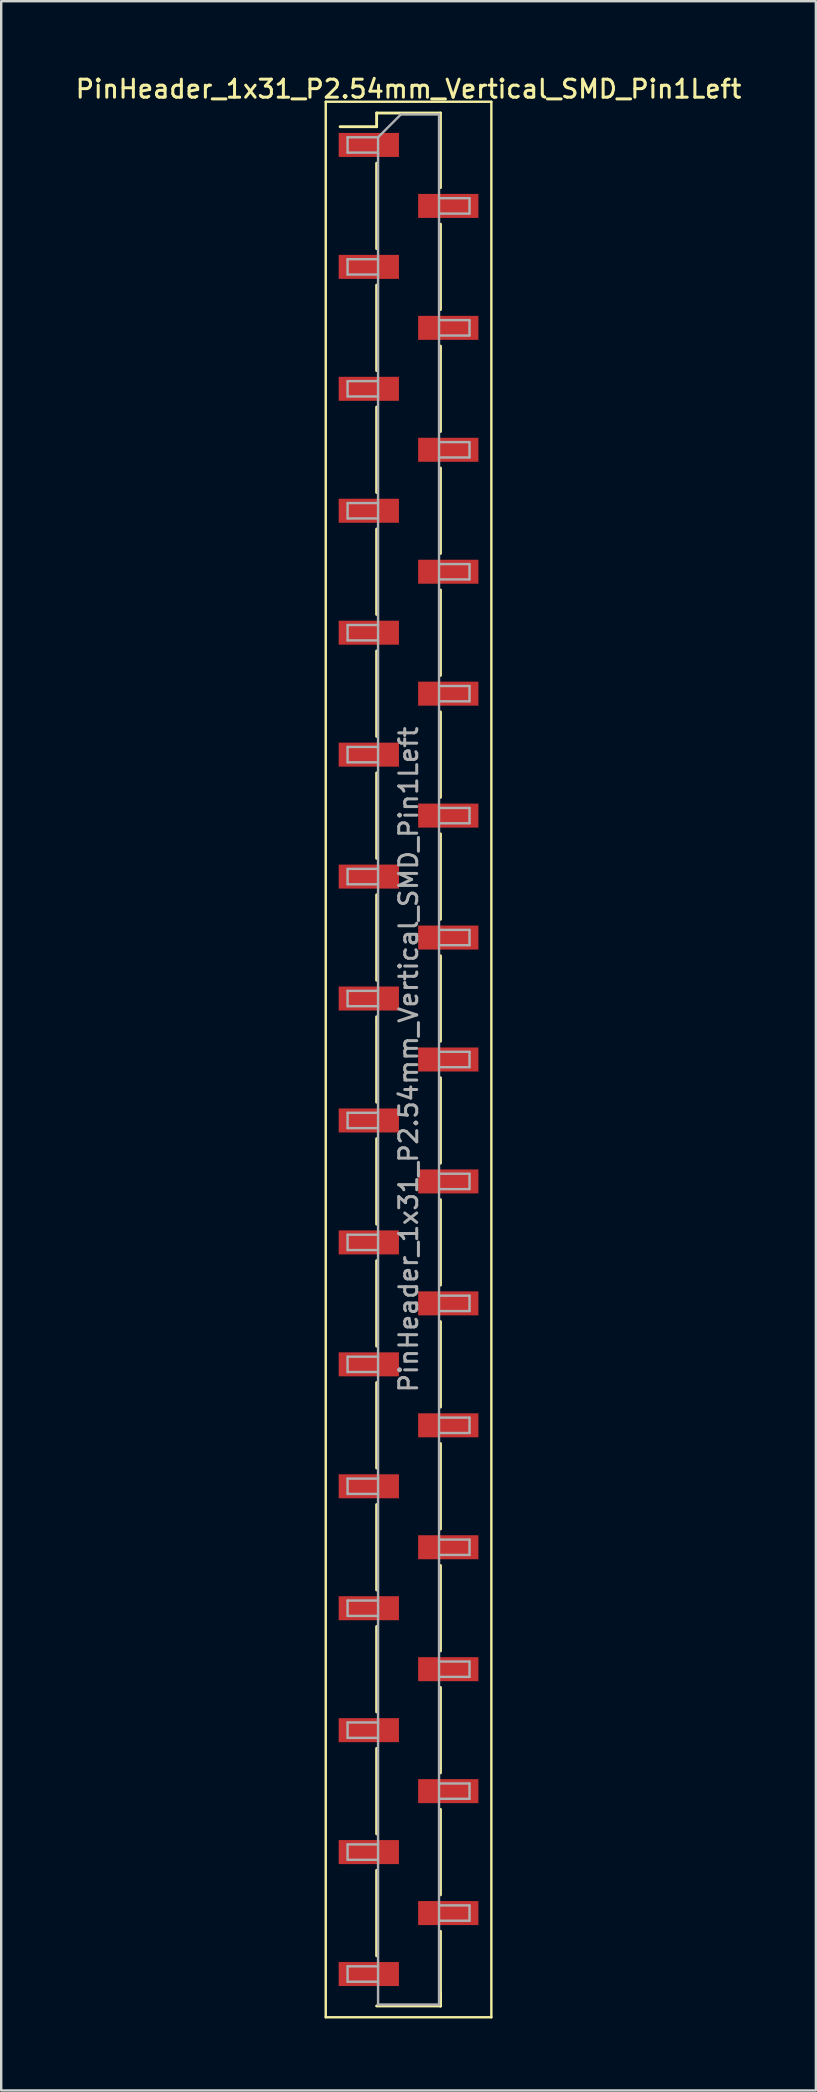
<source format=kicad_pcb>
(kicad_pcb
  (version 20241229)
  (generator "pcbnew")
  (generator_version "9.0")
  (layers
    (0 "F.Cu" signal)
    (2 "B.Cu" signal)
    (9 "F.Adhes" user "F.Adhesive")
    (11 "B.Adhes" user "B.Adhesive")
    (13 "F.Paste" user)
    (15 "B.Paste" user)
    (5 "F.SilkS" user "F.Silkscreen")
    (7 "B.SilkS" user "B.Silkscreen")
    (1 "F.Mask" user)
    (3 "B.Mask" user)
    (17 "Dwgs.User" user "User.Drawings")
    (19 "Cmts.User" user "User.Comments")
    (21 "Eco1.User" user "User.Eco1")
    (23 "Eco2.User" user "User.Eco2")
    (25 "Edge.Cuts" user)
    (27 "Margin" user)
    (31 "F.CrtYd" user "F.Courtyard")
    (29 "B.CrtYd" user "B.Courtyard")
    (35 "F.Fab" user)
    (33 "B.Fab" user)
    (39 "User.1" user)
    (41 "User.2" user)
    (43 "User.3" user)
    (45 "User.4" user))
  (footprint "PinHeader_1x31_P2.54mm_Vertical_SMD_Pin1Left"
    (layer "F.Cu")
    (at 13.97 41.088)
    (property "Reference" "PinHeader_1x31_P2.54mm_Vertical_SMD_Pin1Left" (at 0 -40.43 0) (layer "F.SilkS") (effects (font (size 0.75 0.75) (thickness 0.125))))
    (attr smd)
    (fp_line (start -3.45 -39.9) (end -3.45 39.9) (stroke (width 0.1) (type solid)) (layer "F.SilkS"))
    (fp_line (start -3.45 39.9) (end 3.45 39.9) (stroke (width 0.1) (type solid)) (layer "F.SilkS"))
    (fp_line (start -1.33 -39.43) (end -1.33 -38.86) (stroke (width 0.12) (type solid)) (layer "F.SilkS"))
    (fp_line (start -1.33 -39.43) (end 1.33 -39.43) (stroke (width 0.12) (type solid)) (layer "F.SilkS"))
    (fp_line (start -1.33 -38.86) (end -2.85 -38.86) (stroke (width 0.12) (type solid)) (layer "F.SilkS"))
    (fp_line (start -1.33 -37.34) (end -1.33 -33.78) (stroke (width 0.12) (type solid)) (layer "F.SilkS"))
    (fp_line (start -1.33 -32.26) (end -1.33 -28.7) (stroke (width 0.12) (type solid)) (layer "F.SilkS"))
    (fp_line (start -1.33 -27.18) (end -1.33 -23.62) (stroke (width 0.12) (type solid)) (layer "F.SilkS"))
    (fp_line (start -1.33 -22.1) (end -1.33 -18.54) (stroke (width 0.12) (type solid)) (layer "F.SilkS"))
    (fp_line (start -1.33 -17.02) (end -1.33 -13.46) (stroke (width 0.12) (type solid)) (layer "F.SilkS"))
    (fp_line (start -1.33 -11.94) (end -1.33 -8.38) (stroke (width 0.12) (type solid)) (layer "F.SilkS"))
    (fp_line (start -1.33 -6.86) (end -1.33 -3.3) (stroke (width 0.12) (type solid)) (layer "F.SilkS"))
    (fp_line (start -1.33 -1.78) (end -1.33 1.78) (stroke (width 0.12) (type solid)) (layer "F.SilkS"))
    (fp_line (start -1.33 3.3) (end -1.33 6.86) (stroke (width 0.12) (type solid)) (layer "F.SilkS"))
    (fp_line (start -1.33 8.38) (end -1.33 11.94) (stroke (width 0.12) (type solid)) (layer "F.SilkS"))
    (fp_line (start -1.33 13.46) (end -1.33 17.02) (stroke (width 0.12) (type solid)) (layer "F.SilkS"))
    (fp_line (start -1.33 18.54) (end -1.33 22.1) (stroke (width 0.12) (type solid)) (layer "F.SilkS"))
    (fp_line (start -1.33 23.62) (end -1.33 27.18) (stroke (width 0.12) (type solid)) (layer "F.SilkS"))
    (fp_line (start -1.33 28.7) (end -1.33 32.26) (stroke (width 0.12) (type solid)) (layer "F.SilkS"))
    (fp_line (start -1.33 33.78) (end -1.33 37.34) (stroke (width 0.12) (type solid)) (layer "F.SilkS"))
    (fp_line (start -1.33 39.43) (end 1.33 39.43) (stroke (width 0.12) (type solid)) (layer "F.SilkS"))
    (fp_line (start 1.33 -39.43) (end 1.33 -36.32) (stroke (width 0.12) (type solid)) (layer "F.SilkS"))
    (fp_line (start 1.33 -34.8) (end 1.33 -31.24) (stroke (width 0.12) (type solid)) (layer "F.SilkS"))
    (fp_line (start 1.33 -29.72) (end 1.33 -26.16) (stroke (width 0.12) (type solid)) (layer "F.SilkS"))
    (fp_line (start 1.33 -24.64) (end 1.33 -21.08) (stroke (width 0.12) (type solid)) (layer "F.SilkS"))
    (fp_line (start 1.33 -19.56) (end 1.33 -16) (stroke (width 0.12) (type solid)) (layer "F.SilkS"))
    (fp_line (start 1.33 -14.48) (end 1.33 -10.92) (stroke (width 0.12) (type solid)) (layer "F.SilkS"))
    (fp_line (start 1.33 -9.4) (end 1.33 -5.84) (stroke (width 0.12) (type solid)) (layer "F.SilkS"))
    (fp_line (start 1.33 -4.32) (end 1.33 -0.76) (stroke (width 0.12) (type solid)) (layer "F.SilkS"))
    (fp_line (start 1.33 0.76) (end 1.33 4.32) (stroke (width 0.12) (type solid)) (layer "F.SilkS"))
    (fp_line (start 1.33 5.84) (end 1.33 9.4) (stroke (width 0.12) (type solid)) (layer "F.SilkS"))
    (fp_line (start 1.33 10.92) (end 1.33 14.48) (stroke (width 0.12) (type solid)) (layer "F.SilkS"))
    (fp_line (start 1.33 16) (end 1.33 19.56) (stroke (width 0.12) (type solid)) (layer "F.SilkS"))
    (fp_line (start 1.33 21.08) (end 1.33 24.64) (stroke (width 0.12) (type solid)) (layer "F.SilkS"))
    (fp_line (start 1.33 26.16) (end 1.33 29.72) (stroke (width 0.12) (type solid)) (layer "F.SilkS"))
    (fp_line (start 1.33 31.24) (end 1.33 34.8) (stroke (width 0.12) (type solid)) (layer "F.SilkS"))
    (fp_line (start 1.33 36.32) (end 1.33 39.43) (stroke (width 0.12) (type solid)) (layer "F.SilkS"))
    (fp_line (start 1.33 38.86) (end 1.33 39.43) (stroke (width 0.12) (type solid)) (layer "F.SilkS"))
    (fp_line (start 3.45 -39.9) (end -3.45 -39.9) (stroke (width 0.1) (type solid)) (layer "F.SilkS"))
    (fp_line (start 3.45 39.9) (end 3.45 -39.9) (stroke (width 0.1) (type solid)) (layer "F.SilkS"))
    (fp_line (start -2.54 -38.42) (end -2.54 -37.78) (stroke (width 0.1) (type solid)) (layer "F.Fab"))
    (fp_line (start -2.54 -37.78) (end -1.27 -37.78) (stroke (width 0.1) (type solid)) (layer "F.Fab"))
    (fp_line (start -2.54 -33.34) (end -2.54 -32.7) (stroke (width 0.1) (type solid)) (layer "F.Fab"))
    (fp_line (start -2.54 -32.7) (end -1.27 -32.7) (stroke (width 0.1) (type solid)) (layer "F.Fab"))
    (fp_line (start -2.54 -28.26) (end -2.54 -27.62) (stroke (width 0.1) (type solid)) (layer "F.Fab"))
    (fp_line (start -2.54 -27.62) (end -1.27 -27.62) (stroke (width 0.1) (type solid)) (layer "F.Fab"))
    (fp_line (start -2.54 -23.18) (end -2.54 -22.54) (stroke (width 0.1) (type solid)) (layer "F.Fab"))
    (fp_line (start -2.54 -22.54) (end -1.27 -22.54) (stroke (width 0.1) (type solid)) (layer "F.Fab"))
    (fp_line (start -2.54 -18.1) (end -2.54 -17.46) (stroke (width 0.1) (type solid)) (layer "F.Fab"))
    (fp_line (start -2.54 -17.46) (end -1.27 -17.46) (stroke (width 0.1) (type solid)) (layer "F.Fab"))
    (fp_line (start -2.54 -13.02) (end -2.54 -12.38) (stroke (width 0.1) (type solid)) (layer "F.Fab"))
    (fp_line (start -2.54 -12.38) (end -1.27 -12.38) (stroke (width 0.1) (type solid)) (layer "F.Fab"))
    (fp_line (start -2.54 -7.94) (end -2.54 -7.3) (stroke (width 0.1) (type solid)) (layer "F.Fab"))
    (fp_line (start -2.54 -7.3) (end -1.27 -7.3) (stroke (width 0.1) (type solid)) (layer "F.Fab"))
    (fp_line (start -2.54 -2.86) (end -2.54 -2.22) (stroke (width 0.1) (type solid)) (layer "F.Fab"))
    (fp_line (start -2.54 -2.22) (end -1.27 -2.22) (stroke (width 0.1) (type solid)) (layer "F.Fab"))
    (fp_line (start -2.54 2.22) (end -2.54 2.86) (stroke (width 0.1) (type solid)) (layer "F.Fab"))
    (fp_line (start -2.54 2.86) (end -1.27 2.86) (stroke (width 0.1) (type solid)) (layer "F.Fab"))
    (fp_line (start -2.54 7.3) (end -2.54 7.94) (stroke (width 0.1) (type solid)) (layer "F.Fab"))
    (fp_line (start -2.54 7.94) (end -1.27 7.94) (stroke (width 0.1) (type solid)) (layer "F.Fab"))
    (fp_line (start -2.54 12.38) (end -2.54 13.02) (stroke (width 0.1) (type solid)) (layer "F.Fab"))
    (fp_line (start -2.54 13.02) (end -1.27 13.02) (stroke (width 0.1) (type solid)) (layer "F.Fab"))
    (fp_line (start -2.54 17.46) (end -2.54 18.1) (stroke (width 0.1) (type solid)) (layer "F.Fab"))
    (fp_line (start -2.54 18.1) (end -1.27 18.1) (stroke (width 0.1) (type solid)) (layer "F.Fab"))
    (fp_line (start -2.54 22.54) (end -2.54 23.18) (stroke (width 0.1) (type solid)) (layer "F.Fab"))
    (fp_line (start -2.54 23.18) (end -1.27 23.18) (stroke (width 0.1) (type solid)) (layer "F.Fab"))
    (fp_line (start -2.54 27.62) (end -2.54 28.26) (stroke (width 0.1) (type solid)) (layer "F.Fab"))
    (fp_line (start -2.54 28.26) (end -1.27 28.26) (stroke (width 0.1) (type solid)) (layer "F.Fab"))
    (fp_line (start -2.54 32.7) (end -2.54 33.34) (stroke (width 0.1) (type solid)) (layer "F.Fab"))
    (fp_line (start -2.54 33.34) (end -1.27 33.34) (stroke (width 0.1) (type solid)) (layer "F.Fab"))
    (fp_line (start -2.54 37.78) (end -2.54 38.42) (stroke (width 0.1) (type solid)) (layer "F.Fab"))
    (fp_line (start -2.54 38.42) (end -1.27 38.42) (stroke (width 0.1) (type solid)) (layer "F.Fab"))
    (fp_line (start -1.27 -38.42) (end -2.54 -38.42) (stroke (width 0.1) (type solid)) (layer "F.Fab"))
    (fp_line (start -1.27 -38.42) (end -0.32 -39.37) (stroke (width 0.1) (type solid)) (layer "F.Fab"))
    (fp_line (start -1.27 -33.34) (end -2.54 -33.34) (stroke (width 0.1) (type solid)) (layer "F.Fab"))
    (fp_line (start -1.27 -28.26) (end -2.54 -28.26) (stroke (width 0.1) (type solid)) (layer "F.Fab"))
    (fp_line (start -1.27 -23.18) (end -2.54 -23.18) (stroke (width 0.1) (type solid)) (layer "F.Fab"))
    (fp_line (start -1.27 -18.1) (end -2.54 -18.1) (stroke (width 0.1) (type solid)) (layer "F.Fab"))
    (fp_line (start -1.27 -13.02) (end -2.54 -13.02) (stroke (width 0.1) (type solid)) (layer "F.Fab"))
    (fp_line (start -1.27 -7.94) (end -2.54 -7.94) (stroke (width 0.1) (type solid)) (layer "F.Fab"))
    (fp_line (start -1.27 -2.86) (end -2.54 -2.86) (stroke (width 0.1) (type solid)) (layer "F.Fab"))
    (fp_line (start -1.27 2.22) (end -2.54 2.22) (stroke (width 0.1) (type solid)) (layer "F.Fab"))
    (fp_line (start -1.27 7.3) (end -2.54 7.3) (stroke (width 0.1) (type solid)) (layer "F.Fab"))
    (fp_line (start -1.27 12.38) (end -2.54 12.38) (stroke (width 0.1) (type solid)) (layer "F.Fab"))
    (fp_line (start -1.27 17.46) (end -2.54 17.46) (stroke (width 0.1) (type solid)) (layer "F.Fab"))
    (fp_line (start -1.27 22.54) (end -2.54 22.54) (stroke (width 0.1) (type solid)) (layer "F.Fab"))
    (fp_line (start -1.27 27.62) (end -2.54 27.62) (stroke (width 0.1) (type solid)) (layer "F.Fab"))
    (fp_line (start -1.27 32.7) (end -2.54 32.7) (stroke (width 0.1) (type solid)) (layer "F.Fab"))
    (fp_line (start -1.27 37.78) (end -2.54 37.78) (stroke (width 0.1) (type solid)) (layer "F.Fab"))
    (fp_line (start -1.27 39.37) (end -1.27 -38.42) (stroke (width 0.1) (type solid)) (layer "F.Fab"))
    (fp_line (start -0.32 -39.37) (end 1.27 -39.37) (stroke (width 0.1) (type solid)) (layer "F.Fab"))
    (fp_line (start 1.27 -39.37) (end 1.27 39.37) (stroke (width 0.1) (type solid)) (layer "F.Fab"))
    (fp_line (start 1.27 -35.88) (end 2.54 -35.88) (stroke (width 0.1) (type solid)) (layer "F.Fab"))
    (fp_line (start 1.27 -30.8) (end 2.54 -30.8) (stroke (width 0.1) (type solid)) (layer "F.Fab"))
    (fp_line (start 1.27 -25.72) (end 2.54 -25.72) (stroke (width 0.1) (type solid)) (layer "F.Fab"))
    (fp_line (start 1.27 -20.64) (end 2.54 -20.64) (stroke (width 0.1) (type solid)) (layer "F.Fab"))
    (fp_line (start 1.27 -15.56) (end 2.54 -15.56) (stroke (width 0.1) (type solid)) (layer "F.Fab"))
    (fp_line (start 1.27 -10.48) (end 2.54 -10.48) (stroke (width 0.1) (type solid)) (layer "F.Fab"))
    (fp_line (start 1.27 -5.4) (end 2.54 -5.4) (stroke (width 0.1) (type solid)) (layer "F.Fab"))
    (fp_line (start 1.27 -0.32) (end 2.54 -0.32) (stroke (width 0.1) (type solid)) (layer "F.Fab"))
    (fp_line (start 1.27 4.76) (end 2.54 4.76) (stroke (width 0.1) (type solid)) (layer "F.Fab"))
    (fp_line (start 1.27 9.84) (end 2.54 9.84) (stroke (width 0.1) (type solid)) (layer "F.Fab"))
    (fp_line (start 1.27 14.92) (end 2.54 14.92) (stroke (width 0.1) (type solid)) (layer "F.Fab"))
    (fp_line (start 1.27 20) (end 2.54 20) (stroke (width 0.1) (type solid)) (layer "F.Fab"))
    (fp_line (start 1.27 25.08) (end 2.54 25.08) (stroke (width 0.1) (type solid)) (layer "F.Fab"))
    (fp_line (start 1.27 30.16) (end 2.54 30.16) (stroke (width 0.1) (type solid)) (layer "F.Fab"))
    (fp_line (start 1.27 35.24) (end 2.54 35.24) (stroke (width 0.1) (type solid)) (layer "F.Fab"))
    (fp_line (start 1.27 39.37) (end -1.27 39.37) (stroke (width 0.1) (type solid)) (layer "F.Fab"))
    (fp_line (start 2.54 -35.88) (end 2.54 -35.24) (stroke (width 0.1) (type solid)) (layer "F.Fab"))
    (fp_line (start 2.54 -35.24) (end 1.27 -35.24) (stroke (width 0.1) (type solid)) (layer "F.Fab"))
    (fp_line (start 2.54 -30.8) (end 2.54 -30.16) (stroke (width 0.1) (type solid)) (layer "F.Fab"))
    (fp_line (start 2.54 -30.16) (end 1.27 -30.16) (stroke (width 0.1) (type solid)) (layer "F.Fab"))
    (fp_line (start 2.54 -25.72) (end 2.54 -25.08) (stroke (width 0.1) (type solid)) (layer "F.Fab"))
    (fp_line (start 2.54 -25.08) (end 1.27 -25.08) (stroke (width 0.1) (type solid)) (layer "F.Fab"))
    (fp_line (start 2.54 -20.64) (end 2.54 -20) (stroke (width 0.1) (type solid)) (layer "F.Fab"))
    (fp_line (start 2.54 -20) (end 1.27 -20) (stroke (width 0.1) (type solid)) (layer "F.Fab"))
    (fp_line (start 2.54 -15.56) (end 2.54 -14.92) (stroke (width 0.1) (type solid)) (layer "F.Fab"))
    (fp_line (start 2.54 -14.92) (end 1.27 -14.92) (stroke (width 0.1) (type solid)) (layer "F.Fab"))
    (fp_line (start 2.54 -10.48) (end 2.54 -9.84) (stroke (width 0.1) (type solid)) (layer "F.Fab"))
    (fp_line (start 2.54 -9.84) (end 1.27 -9.84) (stroke (width 0.1) (type solid)) (layer "F.Fab"))
    (fp_line (start 2.54 -5.4) (end 2.54 -4.76) (stroke (width 0.1) (type solid)) (layer "F.Fab"))
    (fp_line (start 2.54 -4.76) (end 1.27 -4.76) (stroke (width 0.1) (type solid)) (layer "F.Fab"))
    (fp_line (start 2.54 -0.32) (end 2.54 0.32) (stroke (width 0.1) (type solid)) (layer "F.Fab"))
    (fp_line (start 2.54 0.32) (end 1.27 0.32) (stroke (width 0.1) (type solid)) (layer "F.Fab"))
    (fp_line (start 2.54 4.76) (end 2.54 5.4) (stroke (width 0.1) (type solid)) (layer "F.Fab"))
    (fp_line (start 2.54 5.4) (end 1.27 5.4) (stroke (width 0.1) (type solid)) (layer "F.Fab"))
    (fp_line (start 2.54 9.84) (end 2.54 10.48) (stroke (width 0.1) (type solid)) (layer "F.Fab"))
    (fp_line (start 2.54 10.48) (end 1.27 10.48) (stroke (width 0.1) (type solid)) (layer "F.Fab"))
    (fp_line (start 2.54 14.92) (end 2.54 15.56) (stroke (width 0.1) (type solid)) (layer "F.Fab"))
    (fp_line (start 2.54 15.56) (end 1.27 15.56) (stroke (width 0.1) (type solid)) (layer "F.Fab"))
    (fp_line (start 2.54 20) (end 2.54 20.64) (stroke (width 0.1) (type solid)) (layer "F.Fab"))
    (fp_line (start 2.54 20.64) (end 1.27 20.64) (stroke (width 0.1) (type solid)) (layer "F.Fab"))
    (fp_line (start 2.54 25.08) (end 2.54 25.72) (stroke (width 0.1) (type solid)) (layer "F.Fab"))
    (fp_line (start 2.54 25.72) (end 1.27 25.72) (stroke (width 0.1) (type solid)) (layer "F.Fab"))
    (fp_line (start 2.54 30.16) (end 2.54 30.8) (stroke (width 0.1) (type solid)) (layer "F.Fab"))
    (fp_line (start 2.54 30.8) (end 1.27 30.8) (stroke (width 0.1) (type solid)) (layer "F.Fab"))
    (fp_line (start 2.54 35.24) (end 2.54 35.88) (stroke (width 0.1) (type solid)) (layer "F.Fab"))
    (fp_line (start 2.54 35.88) (end 1.27 35.88) (stroke (width 0.1) (type solid)) (layer "F.Fab"))
    (fp_text user "${REFERENCE}" (at 0 0 90) (layer "F.Fab") (effects (font (size 0.75 0.75) (thickness 0.125))))
    (pad "1" smd rect (at -1.655 -38.1) (size 2.51 1) (layers "F.Cu" "F.Mask" "F.Paste"))
    (pad "2" smd rect (at 1.655 -35.56) (size 2.51 1) (layers "F.Cu" "F.Mask" "F.Paste"))
    (pad "3" smd rect (at -1.655 -33.02) (size 2.51 1) (layers "F.Cu" "F.Mask" "F.Paste"))
    (pad "4" smd rect (at 1.655 -30.48) (size 2.51 1) (layers "F.Cu" "F.Mask" "F.Paste"))
    (pad "5" smd rect (at -1.655 -27.94) (size 2.51 1) (layers "F.Cu" "F.Mask" "F.Paste"))
    (pad "6" smd rect (at 1.655 -25.4) (size 2.51 1) (layers "F.Cu" "F.Mask" "F.Paste"))
    (pad "7" smd rect (at -1.655 -22.86) (size 2.51 1) (layers "F.Cu" "F.Mask" "F.Paste"))
    (pad "8" smd rect (at 1.655 -20.32) (size 2.51 1) (layers "F.Cu" "F.Mask" "F.Paste"))
    (pad "9" smd rect (at -1.655 -17.78) (size 2.51 1) (layers "F.Cu" "F.Mask" "F.Paste"))
    (pad "10" smd rect (at 1.655 -15.24) (size 2.51 1) (layers "F.Cu" "F.Mask" "F.Paste"))
    (pad "11" smd rect (at -1.655 -12.7) (size 2.51 1) (layers "F.Cu" "F.Mask" "F.Paste"))
    (pad "12" smd rect (at 1.655 -10.16) (size 2.51 1) (layers "F.Cu" "F.Mask" "F.Paste"))
    (pad "13" smd rect (at -1.655 -7.62) (size 2.51 1) (layers "F.Cu" "F.Mask" "F.Paste"))
    (pad "14" smd rect (at 1.655 -5.08) (size 2.51 1) (layers "F.Cu" "F.Mask" "F.Paste"))
    (pad "15" smd rect (at -1.655 -2.54) (size 2.51 1) (layers "F.Cu" "F.Mask" "F.Paste"))
    (pad "16" smd rect (at 1.655 0) (size 2.51 1) (layers "F.Cu" "F.Mask" "F.Paste"))
    (pad "17" smd rect (at -1.655 2.54) (size 2.51 1) (layers "F.Cu" "F.Mask" "F.Paste"))
    (pad "18" smd rect (at 1.655 5.08) (size 2.51 1) (layers "F.Cu" "F.Mask" "F.Paste"))
    (pad "19" smd rect (at -1.655 7.62) (size 2.51 1) (layers "F.Cu" "F.Mask" "F.Paste"))
    (pad "20" smd rect (at 1.655 10.16) (size 2.51 1) (layers "F.Cu" "F.Mask" "F.Paste"))
    (pad "21" smd rect (at -1.655 12.7) (size 2.51 1) (layers "F.Cu" "F.Mask" "F.Paste"))
    (pad "22" smd rect (at 1.655 15.24) (size 2.51 1) (layers "F.Cu" "F.Mask" "F.Paste"))
    (pad "23" smd rect (at -1.655 17.78) (size 2.51 1) (layers "F.Cu" "F.Mask" "F.Paste"))
    (pad "24" smd rect (at 1.655 20.32) (size 2.51 1) (layers "F.Cu" "F.Mask" "F.Paste"))
    (pad "25" smd rect (at -1.655 22.86) (size 2.51 1) (layers "F.Cu" "F.Mask" "F.Paste"))
    (pad "26" smd rect (at 1.655 25.4) (size 2.51 1) (layers "F.Cu" "F.Mask" "F.Paste"))
    (pad "27" smd rect (at -1.655 27.94) (size 2.51 1) (layers "F.Cu" "F.Mask" "F.Paste"))
    (pad "28" smd rect (at 1.655 30.48) (size 2.51 1) (layers "F.Cu" "F.Mask" "F.Paste"))
    (pad "29" smd rect (at -1.655 33.02) (size 2.51 1) (layers "F.Cu" "F.Mask" "F.Paste"))
    (pad "30" smd rect (at 1.655 35.56) (size 2.51 1) (layers "F.Cu" "F.Mask" "F.Paste"))
    (pad "31" smd rect (at -1.655 38.1) (size 2.51 1) (layers "F.Cu" "F.Mask" "F.Paste")))
  (gr_rect
    (start -3 -3)
    (end 30.939 84.038)
    (stroke (width 0.1) (type default))
    (fill no)
    (layer "Edge.Cuts")))
</source>
